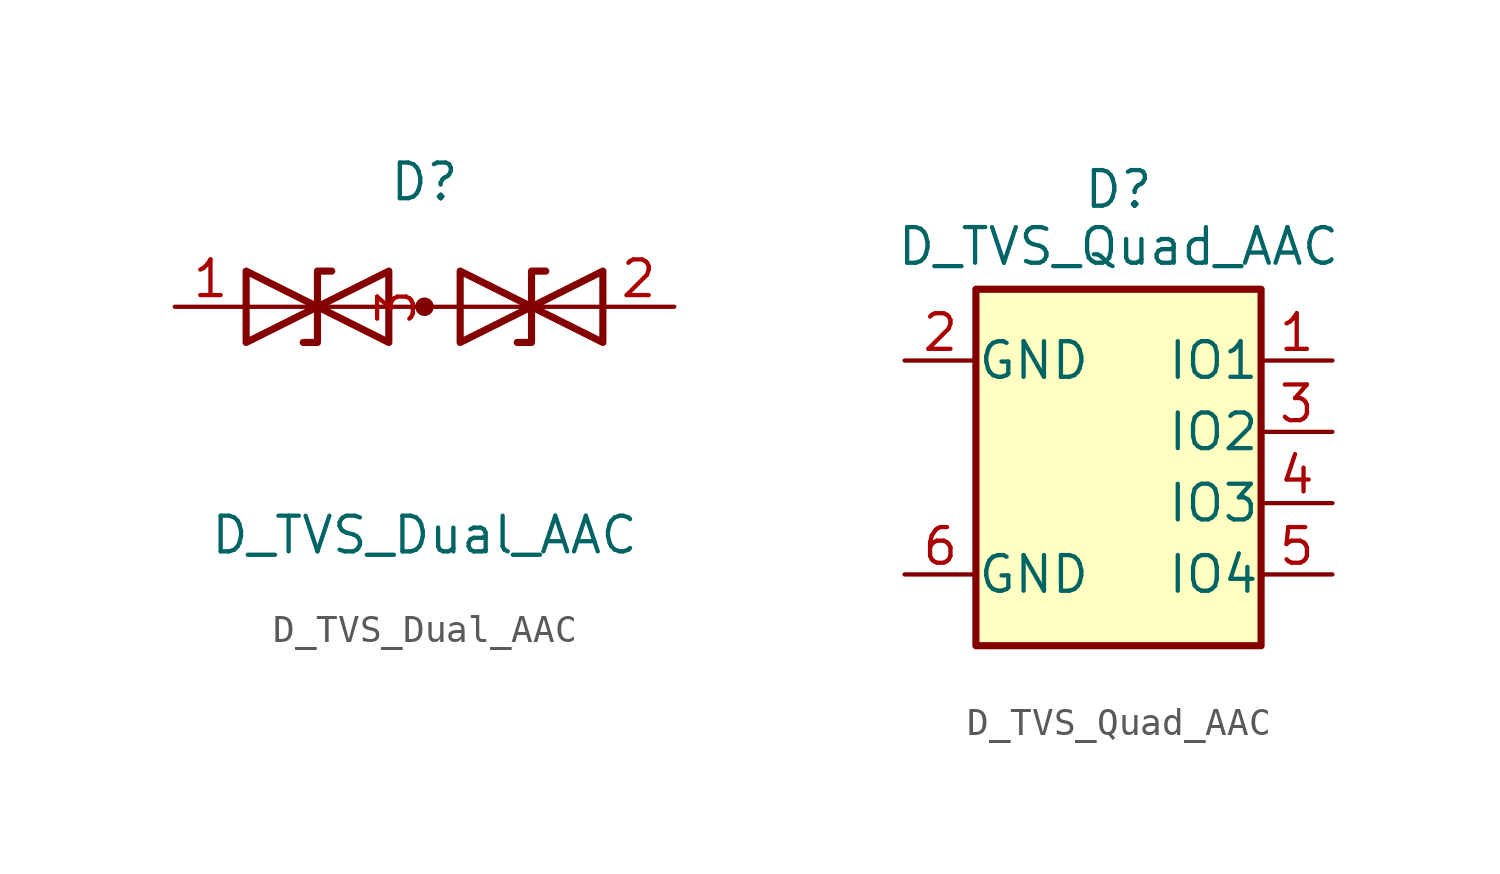
<source format=kicad_sym>
(kicad_symbol_lib
  (version 20241209)
  (generator "kicad_symbol_editor")
  (generator_version "9.0")
  (symbol "D_TVS_Dual_AAC"
    (pin_names
      (offset 1.016)
      (hide yes))
    (property "Reference" "D"
      (at 0 4.445 0)
      (effects (font (size 1.27 1.27))))
    (property "Value" "D_TVS_Dual_AAC"
      (at 0 -8.128 0)
      (effects (font (size 1.27 1.27))))
    (symbol "D_TVS_Dual_AAC_0_1"
      (polyline (pts (xy -6.35 1.27) (xy -1.27 -1.27) (xy -1.27 1.27) (xy -6.35 -1.27) (xy -6.35 1.27)) (stroke (width 0.254) (type default)) (fill (type none)))
      (polyline (pts (xy -6.35 0) (xy 6.35 0)) (stroke (width 0) (type default)) (fill (type none)))
      (polyline (pts (xy -3.302 1.27) (xy -3.81 1.27) (xy -3.81 -1.27) (xy -4.318 -1.27)) (stroke (width 0.254) (type default)) (fill (type none)))
      (circle (center 0 0) (radius 0.254) (stroke (width 0) (type default)) (fill (type outline)))
      (polyline (pts (xy 4.318 1.27) (xy 3.81 1.27) (xy 3.81 -1.27) (xy 3.302 -1.27)) (stroke (width 0.254) (type default)) (fill (type none)))
      (polyline (pts (xy 6.35 1.27) (xy 1.27 -1.27) (xy 1.27 1.27) (xy 6.35 -1.27) (xy 6.35 1.27)) (stroke (width 0.254) (type default)) (fill (type none))))
    (symbol "D_TVS_Dual_AAC_1_1"
      (pin passive line (at -8.89 0 0) (length 2.54) (name "A1" (effects (font (size 1.27 1.27)))) (number "1" (effects (font (size 1.27 1.27)))))
      (pin passive line (at 0 0 90) (length 0) (name "common" (effects (font (size 1.27 1.27)))) (number "3" (effects (font (size 1.27 1.27)))))
      (pin passive line (at 8.89 0 180) (length 2.54) (name "A2" (effects (font (size 1.27 1.27)))) (number "2" (effects (font (size 1.27 1.27)))))))
  (symbol "D_TVS_Quad_AAC"
    (pin_names
      (offset 0.026))
    (property "Reference" "D"
      (at 0 9.906 0)
      (effects (font (size 1.27 1.27))))
    (property "Value" "D_TVS_Quad_AAC"
      (at 0 7.874 0)
      (effects (font (size 1.27 1.27))))
    (symbol "D_TVS_Quad_AAC_0_1"
      (rectangle (start -5.08 6.35) (end 5.08 -6.35) (stroke (width 0.254) (type default)) (fill (type background))))
    (symbol "D_TVS_Quad_AAC_1_1"
      (pin power_in line (at -7.62 3.81 0) (length 2.54) (name "GND" (effects (font (size 1.27 1.27)))) (number "2" (effects (font (size 1.27 1.27)))))
      (pin power_in line (at -7.62 -3.81 0) (length 2.54) (name "GND" (effects (font (size 1.27 1.27)))) (number "6" (effects (font (size 1.27 1.27)))))
      (pin passive line (at 7.62 3.81 180) (length 2.54) (name "IO1" (effects (font (size 1.27 1.27)))) (number "1" (effects (font (size 1.27 1.27)))))
      (pin passive line (at 7.62 1.27 180) (length 2.54) (name "IO2" (effects (font (size 1.27 1.27)))) (number "3" (effects (font (size 1.27 1.27)))))
      (pin passive line (at 7.62 -1.27 180) (length 2.54) (name "IO3" (effects (font (size 1.27 1.27)))) (number "4" (effects (font (size 1.27 1.27)))))
      (pin passive line (at 7.62 -3.81 180) (length 2.54) (name "IO4" (effects (font (size 1.27 1.27)))) (number "5" (effects (font (size 1.27 1.27))))))))
</source>
